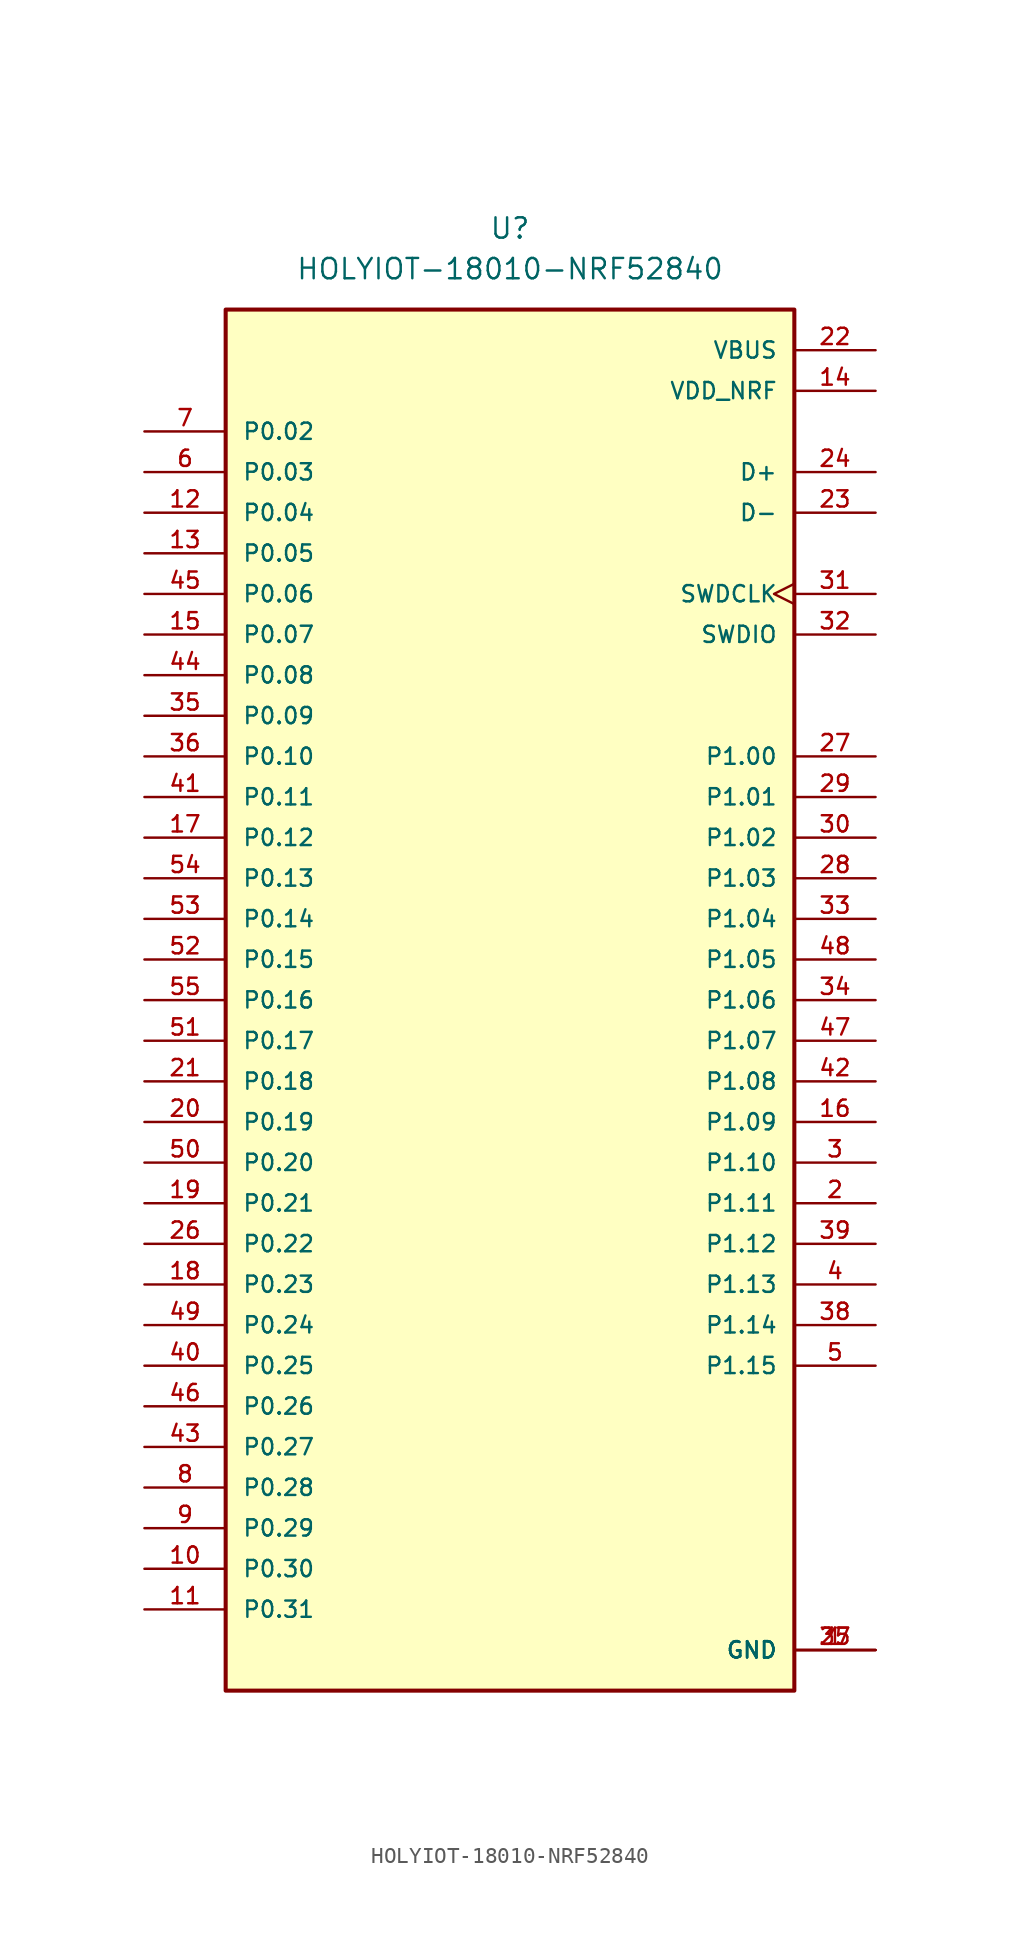
<source format=kicad_sym>
(kicad_symbol_lib
  (version 20211014)
  (generator kicad_symbol_editor)
  (symbol "HOLYIOT-18010-NRF52840"
    (pin_names
      (offset 1.016))
    (property "Reference" "U"
      (at 0 48.26 0)
      (effects (font (size 1.27 1.27))))
    (property "Value" "HOLYIOT-18010-NRF52840"
      (at 0 45.72 0)
      (effects (font (size 1.27 1.27))))
    (symbol "HOLYIOT-18010-NRF52840_0_0"
      (rectangle (start -17.78 -43.18) (end 17.78 43.18) (stroke (width 0.254) (type default) (color 0 0 0 0)) (fill (type background)))
      (pin power_in line (at 22.86 -40.64 180) (length 5.08) (name "GND" (effects (font (size 1.016 1.016)))) (number "1" (effects (font (size 1.016 1.016)))))
      (pin bidirectional line (at -22.86 -35.56 0) (length 5.08) (name "P0.30" (effects (font (size 1.016 1.016)))) (number "10" (effects (font (size 1.016 1.016)))))
      (pin bidirectional line (at -22.86 -38.1 0) (length 5.08) (name "P0.31" (effects (font (size 1.016 1.016)))) (number "11" (effects (font (size 1.016 1.016)))))
      (pin bidirectional line (at -22.86 30.48 0) (length 5.08) (name "P0.04" (effects (font (size 1.016 1.016)))) (number "12" (effects (font (size 1.016 1.016)))))
      (pin bidirectional line (at -22.86 27.94 0) (length 5.08) (name "P0.05" (effects (font (size 1.016 1.016)))) (number "13" (effects (font (size 1.016 1.016)))))
      (pin power_in line (at 22.86 38.1 180) (length 5.08) (name "VDD_NRF" (effects (font (size 1.016 1.016)))) (number "14" (effects (font (size 1.016 1.016)))))
      (pin bidirectional line (at -22.86 22.86 0) (length 5.08) (name "P0.07" (effects (font (size 1.016 1.016)))) (number "15" (effects (font (size 1.016 1.016)))))
      (pin bidirectional line (at 22.86 -7.62 180) (length 5.08) (name "P1.09" (effects (font (size 1.016 1.016)))) (number "16" (effects (font (size 1.016 1.016)))))
      (pin bidirectional line (at -22.86 10.16 0) (length 5.08) (name "P0.12" (effects (font (size 1.016 1.016)))) (number "17" (effects (font (size 1.016 1.016)))))
      (pin bidirectional line (at -22.86 -17.78 0) (length 5.08) (name "P0.23" (effects (font (size 1.016 1.016)))) (number "18" (effects (font (size 1.016 1.016)))))
      (pin bidirectional line (at -22.86 -12.7 0) (length 5.08) (name "P0.21" (effects (font (size 1.016 1.016)))) (number "19" (effects (font (size 1.016 1.016)))))
      (pin bidirectional line (at 22.86 -12.7 180) (length 5.08) (name "P1.11" (effects (font (size 1.016 1.016)))) (number "2" (effects (font (size 1.016 1.016)))))
      (pin bidirectional line (at -22.86 -7.62 0) (length 5.08) (name "P0.19" (effects (font (size 1.016 1.016)))) (number "20" (effects (font (size 1.016 1.016)))))
      (pin bidirectional line (at -22.86 -5.08 0) (length 5.08) (name "P0.18" (effects (font (size 1.016 1.016)))) (number "21" (effects (font (size 1.016 1.016)))))
      (pin power_in line (at 22.86 40.64 180) (length 5.08) (name "VBUS" (effects (font (size 1.016 1.016)))) (number "22" (effects (font (size 1.016 1.016)))))
      (pin bidirectional line (at 22.86 30.48 180) (length 5.08) (name "D-" (effects (font (size 1.016 1.016)))) (number "23" (effects (font (size 1.016 1.016)))))
      (pin bidirectional line (at 22.86 33.02 180) (length 5.08) (name "D+" (effects (font (size 1.016 1.016)))) (number "24" (effects (font (size 1.016 1.016)))))
      (pin power_in line (at 22.86 -40.64 180) (length 5.08) (name "GND" (effects (font (size 1.016 1.016)))) (number "25" (effects (font (size 1.016 1.016)))))
      (pin bidirectional line (at -22.86 -15.24 0) (length 5.08) (name "P0.22" (effects (font (size 1.016 1.016)))) (number "26" (effects (font (size 1.016 1.016)))))
      (pin bidirectional line (at 22.86 15.24 180) (length 5.08) (name "P1.00" (effects (font (size 1.016 1.016)))) (number "27" (effects (font (size 1.016 1.016)))))
      (pin bidirectional line (at 22.86 7.62 180) (length 5.08) (name "P1.03" (effects (font (size 1.016 1.016)))) (number "28" (effects (font (size 1.016 1.016)))))
      (pin bidirectional line (at 22.86 12.7 180) (length 5.08) (name "P1.01" (effects (font (size 1.016 1.016)))) (number "29" (effects (font (size 1.016 1.016)))))
      (pin bidirectional line (at 22.86 -10.16 180) (length 5.08) (name "P1.10" (effects (font (size 1.016 1.016)))) (number "3" (effects (font (size 1.016 1.016)))))
      (pin bidirectional line (at 22.86 10.16 180) (length 5.08) (name "P1.02" (effects (font (size 1.016 1.016)))) (number "30" (effects (font (size 1.016 1.016)))))
      (pin input clock (at 22.86 25.4 180) (length 5.08) (name "SWDCLK" (effects (font (size 1.016 1.016)))) (number "31" (effects (font (size 1.016 1.016)))))
      (pin input line (at 22.86 22.86 180) (length 5.08) (name "SWDIO" (effects (font (size 1.016 1.016)))) (number "32" (effects (font (size 1.016 1.016)))))
      (pin bidirectional line (at 22.86 5.08 180) (length 5.08) (name "P1.04" (effects (font (size 1.016 1.016)))) (number "33" (effects (font (size 1.016 1.016)))))
      (pin bidirectional line (at 22.86 0 180) (length 5.08) (name "P1.06" (effects (font (size 1.016 1.016)))) (number "34" (effects (font (size 1.016 1.016)))))
      (pin bidirectional line (at -22.86 17.78 0) (length 5.08) (name "P0.09" (effects (font (size 1.016 1.016)))) (number "35" (effects (font (size 1.016 1.016)))))
      (pin bidirectional line (at -22.86 15.24 0) (length 5.08) (name "P0.10" (effects (font (size 1.016 1.016)))) (number "36" (effects (font (size 1.016 1.016)))))
      (pin power_in line (at 22.86 -40.64 180) (length 5.08) (name "GND" (effects (font (size 1.016 1.016)))) (number "37" (effects (font (size 1.016 1.016)))))
      (pin bidirectional line (at 22.86 -20.32 180) (length 5.08) (name "P1.14" (effects (font (size 1.016 1.016)))) (number "38" (effects (font (size 1.016 1.016)))))
      (pin bidirectional line (at 22.86 -15.24 180) (length 5.08) (name "P1.12" (effects (font (size 1.016 1.016)))) (number "39" (effects (font (size 1.016 1.016)))))
      (pin bidirectional line (at 22.86 -17.78 180) (length 5.08) (name "P1.13" (effects (font (size 1.016 1.016)))) (number "4" (effects (font (size 1.016 1.016)))))
      (pin bidirectional line (at -22.86 -22.86 0) (length 5.08) (name "P0.25" (effects (font (size 1.016 1.016)))) (number "40" (effects (font (size 1.016 1.016)))))
      (pin bidirectional line (at -22.86 12.7 0) (length 5.08) (name "P0.11" (effects (font (size 1.016 1.016)))) (number "41" (effects (font (size 1.016 1.016)))))
      (pin bidirectional line (at 22.86 -5.08 180) (length 5.08) (name "P1.08" (effects (font (size 1.016 1.016)))) (number "42" (effects (font (size 1.016 1.016)))))
      (pin bidirectional line (at -22.86 -27.94 0) (length 5.08) (name "P0.27" (effects (font (size 1.016 1.016)))) (number "43" (effects (font (size 1.016 1.016)))))
      (pin bidirectional line (at -22.86 20.32 0) (length 5.08) (name "P0.08" (effects (font (size 1.016 1.016)))) (number "44" (effects (font (size 1.016 1.016)))))
      (pin bidirectional line (at -22.86 25.4 0) (length 5.08) (name "P0.06" (effects (font (size 1.016 1.016)))) (number "45" (effects (font (size 1.016 1.016)))))
      (pin bidirectional line (at -22.86 -25.4 0) (length 5.08) (name "P0.26" (effects (font (size 1.016 1.016)))) (number "46" (effects (font (size 1.016 1.016)))))
      (pin bidirectional line (at 22.86 -2.54 180) (length 5.08) (name "P1.07" (effects (font (size 1.016 1.016)))) (number "47" (effects (font (size 1.016 1.016)))))
      (pin bidirectional line (at 22.86 2.54 180) (length 5.08) (name "P1.05" (effects (font (size 1.016 1.016)))) (number "48" (effects (font (size 1.016 1.016)))))
      (pin bidirectional line (at -22.86 -20.32 0) (length 5.08) (name "P0.24" (effects (font (size 1.016 1.016)))) (number "49" (effects (font (size 1.016 1.016)))))
      (pin bidirectional line (at 22.86 -22.86 180) (length 5.08) (name "P1.15" (effects (font (size 1.016 1.016)))) (number "5" (effects (font (size 1.016 1.016)))))
      (pin bidirectional line (at -22.86 -10.16 0) (length 5.08) (name "P0.20" (effects (font (size 1.016 1.016)))) (number "50" (effects (font (size 1.016 1.016)))))
      (pin bidirectional line (at -22.86 -2.54 0) (length 5.08) (name "P0.17" (effects (font (size 1.016 1.016)))) (number "51" (effects (font (size 1.016 1.016)))))
      (pin bidirectional line (at -22.86 2.54 0) (length 5.08) (name "P0.15" (effects (font (size 1.016 1.016)))) (number "52" (effects (font (size 1.016 1.016)))))
      (pin bidirectional line (at -22.86 5.08 0) (length 5.08) (name "P0.14" (effects (font (size 1.016 1.016)))) (number "53" (effects (font (size 1.016 1.016)))))
      (pin bidirectional line (at -22.86 7.62 0) (length 5.08) (name "P0.13" (effects (font (size 1.016 1.016)))) (number "54" (effects (font (size 1.016 1.016)))))
      (pin bidirectional line (at -22.86 0 0) (length 5.08) (name "P0.16" (effects (font (size 1.016 1.016)))) (number "55" (effects (font (size 1.016 1.016)))))
      (pin bidirectional line (at -22.86 33.02 0) (length 5.08) (name "P0.03" (effects (font (size 1.016 1.016)))) (number "6" (effects (font (size 1.016 1.016)))))
      (pin bidirectional line (at -22.86 35.56 0) (length 5.08) (name "P0.02" (effects (font (size 1.016 1.016)))) (number "7" (effects (font (size 1.016 1.016)))))
      (pin bidirectional line (at -22.86 -30.48 0) (length 5.08) (name "P0.28" (effects (font (size 1.016 1.016)))) (number "8" (effects (font (size 1.016 1.016)))))
      (pin bidirectional line (at -22.86 -33.02 0) (length 5.08) (name "P0.29" (effects (font (size 1.016 1.016)))) (number "9" (effects (font (size 1.016 1.016))))))))
</source>
